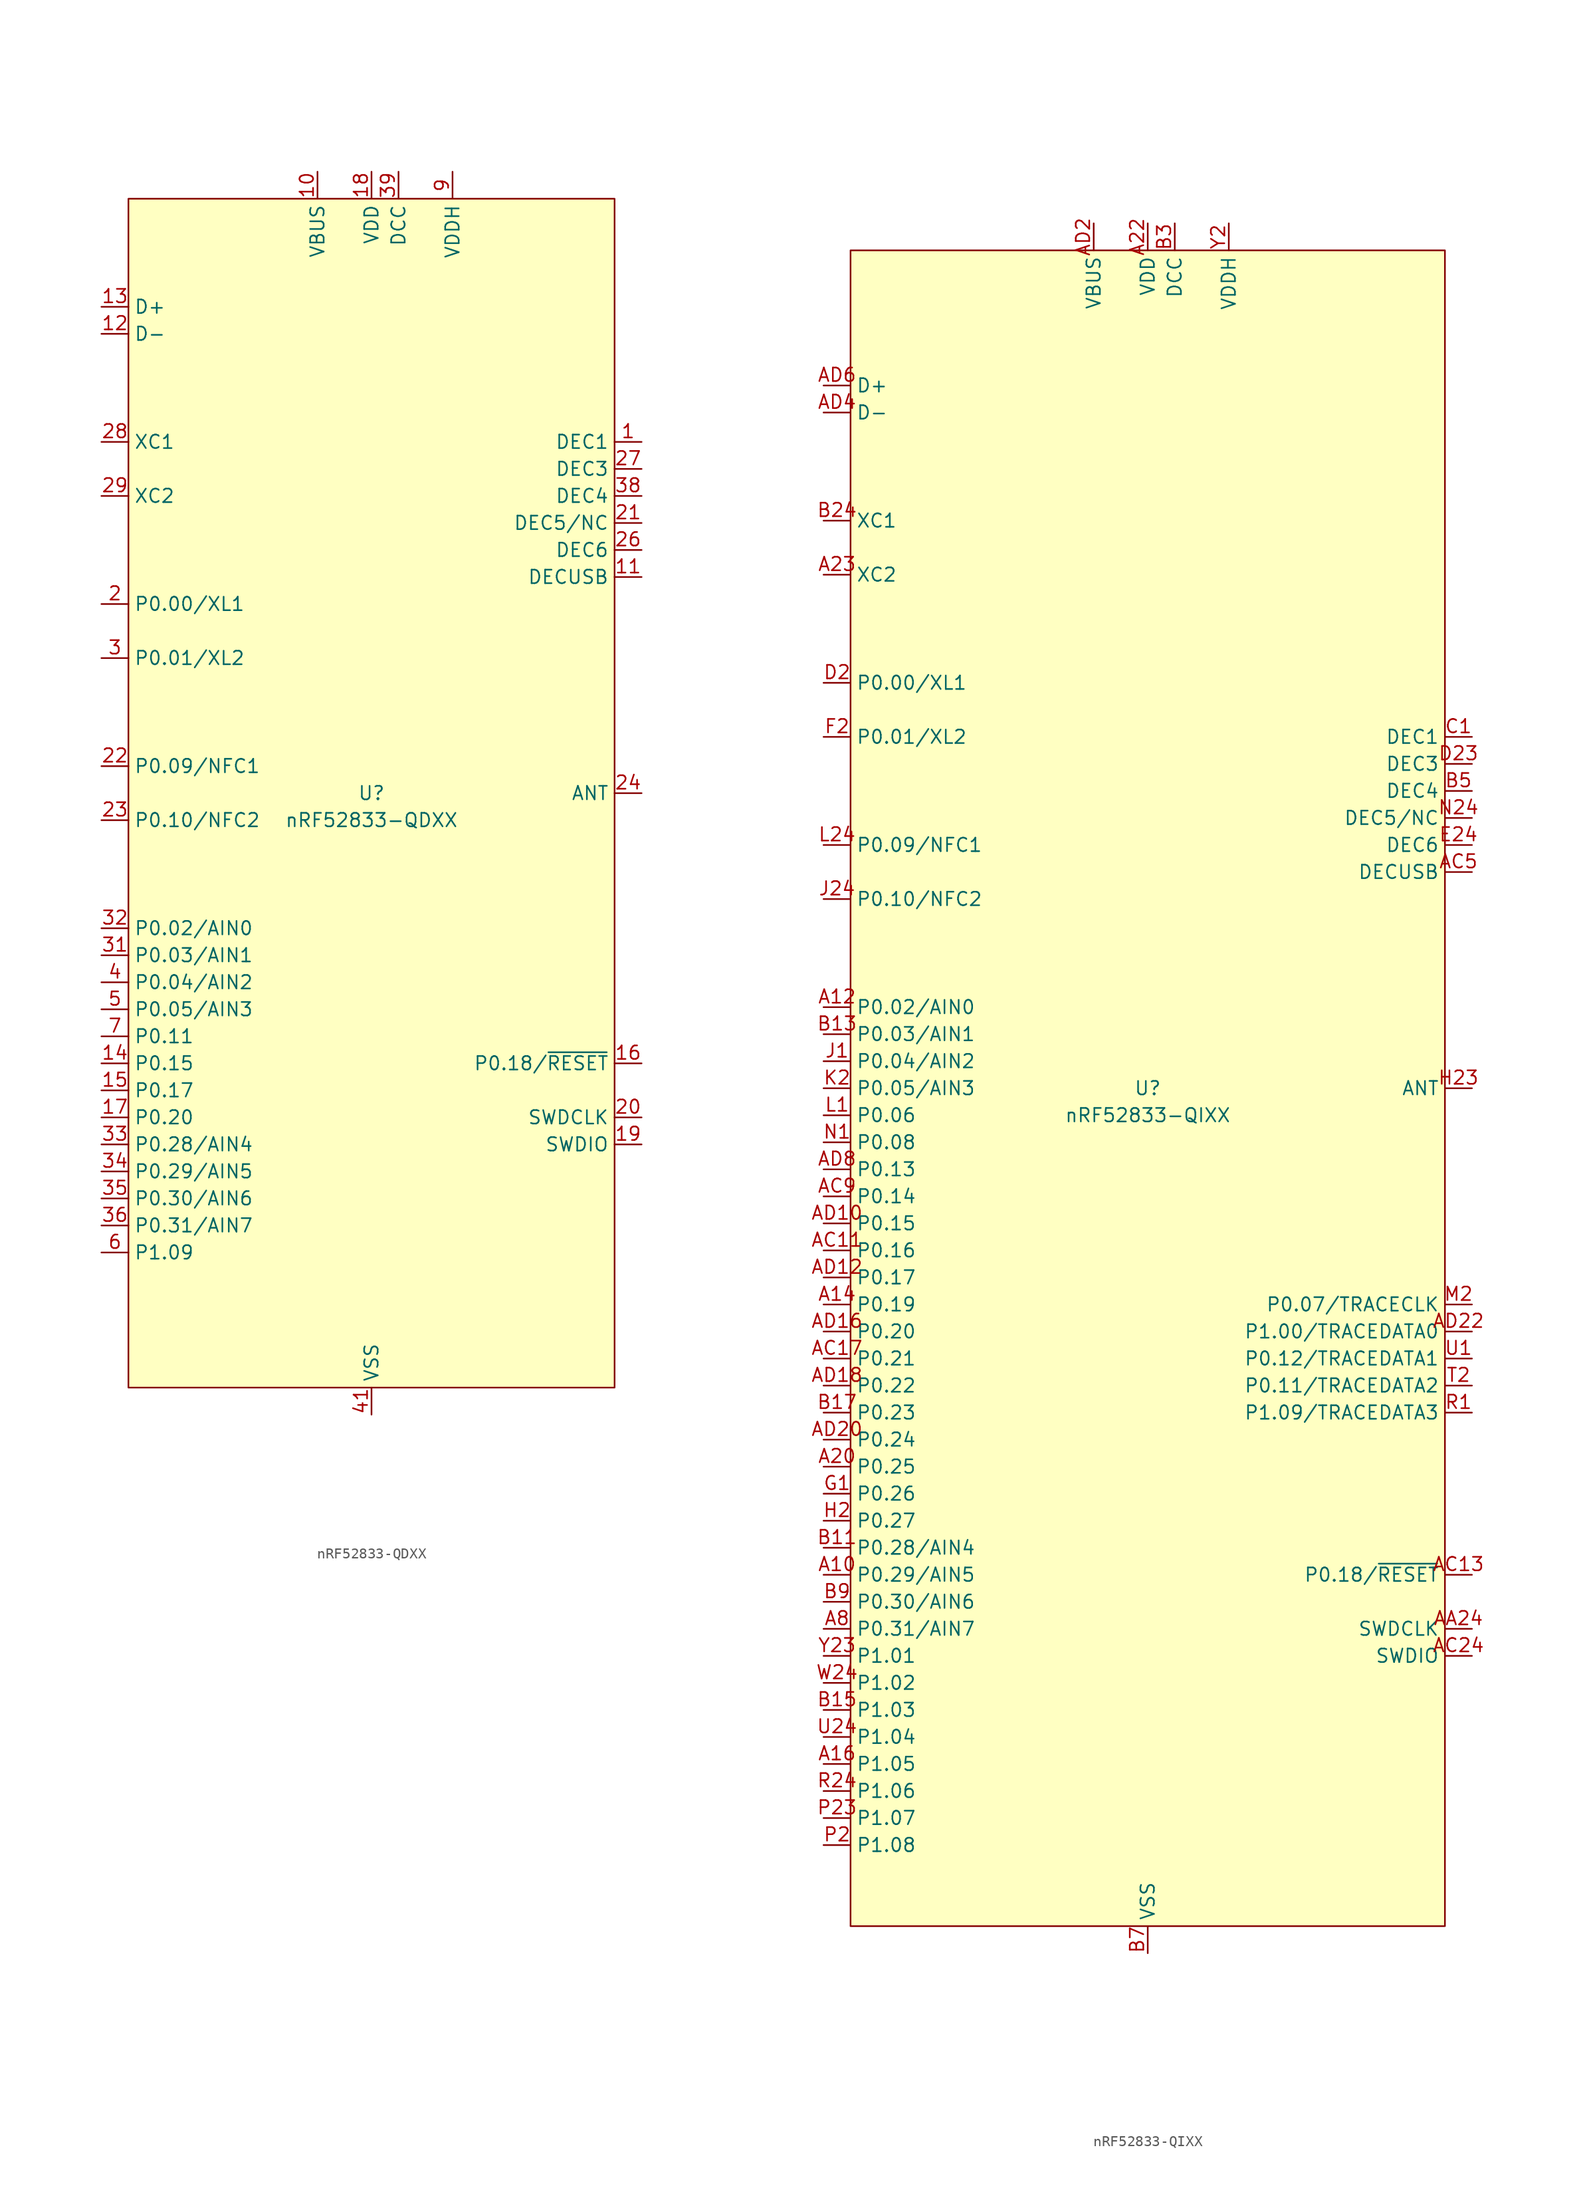
<source format=kicad_sym>
(kicad_symbol_lib
  (version 20241209)
  (generator "kicad_symbol_editor")
  (generator_version "9.0")
  (symbol "nRF52833-QDXX"
    (property "Reference" "U"
      (at 0 0 0)
      (do_not_autoplace)
      (effects (font (size 1.27 1.27))))
    (property "Value" "nRF52833-QDXX"
      (at 0 -2.54 0)
      (do_not_autoplace)
      (effects (font (size 1.27 1.27))))
    (symbol "nRF52833-QDXX_0_0"
      (pin unspecified line (at -25.4 45.72 0) (length 2.54) (name "D+" (effects (font (size 1.27 1.27)))) (number "13" (effects (font (size 1.27 1.27)))))
      (pin unspecified line (at -25.4 43.18 0) (length 2.54) (name "D-" (effects (font (size 1.27 1.27)))) (number "12" (effects (font (size 1.27 1.27)))))
      (pin unspecified line (at -25.4 33.02 0) (length 2.54) (name "XC1" (effects (font (size 1.27 1.27)))) (number "28" (effects (font (size 1.27 1.27)))))
      (pin unspecified line (at -25.4 27.94 0) (length 2.54) (name "XC2" (effects (font (size 1.27 1.27)))) (number "29" (effects (font (size 1.27 1.27)))))
      (pin unspecified line (at -25.4 17.78 0) (length 2.54) (name "P0.00/XL1" (effects (font (size 1.27 1.27)))) (number "2" (effects (font (size 1.27 1.27)))))
      (pin unspecified line (at -25.4 12.7 0) (length 2.54) (name "P0.01/XL2" (effects (font (size 1.27 1.27)))) (number "3" (effects (font (size 1.27 1.27)))))
      (pin unspecified line (at -25.4 2.54 0) (length 2.54) (name "P0.09/NFC1" (effects (font (size 1.27 1.27)))) (number "22" (effects (font (size 1.27 1.27)))))
      (pin unspecified line (at -25.4 -2.54 0) (length 2.54) (name "P0.10/NFC2" (effects (font (size 1.27 1.27)))) (number "23" (effects (font (size 1.27 1.27)))))
      (pin unspecified line (at -25.4 -12.7 0) (length 2.54) (name "P0.02/AIN0" (effects (font (size 1.27 1.27)))) (number "32" (effects (font (size 1.27 1.27)))))
      (pin unspecified line (at -25.4 -15.24 0) (length 2.54) (name "P0.03/AIN1" (effects (font (size 1.27 1.27)))) (number "31" (effects (font (size 1.27 1.27)))))
      (pin unspecified line (at -25.4 -17.78 0) (length 2.54) (name "P0.04/AIN2" (effects (font (size 1.27 1.27)))) (number "4" (effects (font (size 1.27 1.27)))))
      (pin unspecified line (at -25.4 -20.32 0) (length 2.54) (name "P0.05/AIN3" (effects (font (size 1.27 1.27)))) (number "5" (effects (font (size 1.27 1.27)))))
      (pin unspecified line (at -25.4 -22.86 0) (length 2.54) (name "P0.11" (effects (font (size 1.27 1.27)))) (number "7" (effects (font (size 1.27 1.27)))))
      (pin unspecified line (at -25.4 -25.4 0) (length 2.54) (name "P0.15" (effects (font (size 1.27 1.27)))) (number "14" (effects (font (size 1.27 1.27)))))
      (pin unspecified line (at -25.4 -27.94 0) (length 2.54) (name "P0.17" (effects (font (size 1.27 1.27)))) (number "15" (effects (font (size 1.27 1.27)))))
      (pin unspecified line (at -25.4 -30.48 0) (length 2.54) (name "P0.20" (effects (font (size 1.27 1.27)))) (number "17" (effects (font (size 1.27 1.27)))))
      (pin unspecified line (at -25.4 -33.02 0) (length 2.54) (name "P0.28/AIN4" (effects (font (size 1.27 1.27)))) (number "33" (effects (font (size 1.27 1.27)))))
      (pin unspecified line (at -25.4 -35.56 0) (length 2.54) (name "P0.29/AIN5" (effects (font (size 1.27 1.27)))) (number "34" (effects (font (size 1.27 1.27)))))
      (pin unspecified line (at -25.4 -38.1 0) (length 2.54) (name "P0.30/AIN6" (effects (font (size 1.27 1.27)))) (number "35" (effects (font (size 1.27 1.27)))))
      (pin unspecified line (at -25.4 -40.64 0) (length 2.54) (name "P0.31/AIN7" (effects (font (size 1.27 1.27)))) (number "36" (effects (font (size 1.27 1.27)))))
      (pin unspecified line (at -25.4 -43.18 0) (length 2.54) (name "P1.09" (effects (font (size 1.27 1.27)))) (number "6" (effects (font (size 1.27 1.27)))))
      (pin unspecified line (at -5.08 58.42 270) (length 2.54) (name "VBUS" (effects (font (size 1.27 1.27)))) (number "10" (effects (font (size 1.27 1.27)))))
      (pin unspecified line (at 0 58.42 270) (length 2.54) (name "VDD" (effects (font (size 1.27 1.27)))) (number "18" (effects (font (size 1.27 1.27)))))
      (pin unspecified line (at 2.54 58.42 270) (length 2.54) (name "DCC" (effects (font (size 1.27 1.27)))) (number "39" (effects (font (size 1.27 1.27)))))
      (pin unspecified line (at 7.62 58.42 270) (length 2.54) (name "VDDH" (effects (font (size 1.27 1.27)))) (number "9" (effects (font (size 1.27 1.27)))))
      (pin unspecified line (at 25.4 20.32 180) (length 2.54) (name "DECUSB" (effects (font (size 1.27 1.27)))) (number "11" (effects (font (size 1.27 1.27)))))
      (pin unspecified line (at 25.4 0 180) (length 2.54) (name "ANT" (effects (font (size 1.27 1.27)))) (number "24" (effects (font (size 1.27 1.27)))))
      (pin unspecified line (at 25.4 -30.48 180) (length 2.54) (name "SWDCLK" (effects (font (size 1.27 1.27)))) (number "20" (effects (font (size 1.27 1.27)))))
      (pin unspecified line (at 25.4 -33.02 180) (length 2.54) (name "SWDIO" (effects (font (size 1.27 1.27)))) (number "19" (effects (font (size 1.27 1.27))))))
    (symbol "nRF52833-QDXX_1_0"
      (pin unspecified line (at 0 58.42 270) (length 2.54) (hide yes) (name "VDD" (effects (font (size 1.27 1.27)))) (number "30" (effects (font (size 1.27 1.27)))))
      (pin unspecified line (at 0 58.42 270) (length 2.54) (hide yes) (name "VDD" (effects (font (size 1.27 1.27)))) (number "40" (effects (font (size 1.27 1.27)))))
      (pin unspecified line (at 0 58.42 270) (length 2.54) (hide yes) (name "VDD" (effects (font (size 1.27 1.27)))) (number "8" (effects (font (size 1.27 1.27)))))
      (pin unspecified line (at 0 -58.42 90) (length 2.54) (hide yes) (name "VSS_PA" (effects (font (size 1.27 1.27)))) (number "25" (effects (font (size 1.27 1.27)))))
      (pin unspecified line (at 0 -58.42 90) (length 2.54) (hide yes) (name "VSS" (effects (font (size 1.27 1.27)))) (number "37" (effects (font (size 1.27 1.27)))))
      (pin passive line (at 0 -58.42 90) (length 2.54) (name "VSS" (effects (font (size 1.27 1.27)))) (number "41" (effects (font (size 1.27 1.27)))))
      (pin unspecified line (at 25.4 33.02 180) (length 2.54) (name "DEC1" (effects (font (size 1.27 1.27)))) (number "1" (effects (font (size 1.27 1.27)))))
      (pin unspecified line (at 25.4 30.48 180) (length 2.54) (name "DEC3" (effects (font (size 1.27 1.27)))) (number "27" (effects (font (size 1.27 1.27)))))
      (pin unspecified line (at 25.4 27.94 180) (length 2.54) (name "DEC4" (effects (font (size 1.27 1.27)))) (number "38" (effects (font (size 1.27 1.27)))))
      (pin unspecified line (at 25.4 25.4 180) (length 2.54) (name "DEC5/NC" (effects (font (size 1.27 1.27)))) (number "21" (effects (font (size 1.27 1.27)))))
      (pin unspecified line (at 25.4 22.86 180) (length 2.54) (name "DEC6" (effects (font (size 1.27 1.27)))) (number "26" (effects (font (size 1.27 1.27)))))
      (pin unspecified line (at 25.4 -25.4 180) (length 2.54) (name "P0.18/~{RESET}" (effects (font (size 1.27 1.27)))) (number "16" (effects (font (size 1.27 1.27))))))
    (symbol "nRF52833-QDXX_1_1"
      (rectangle (start -22.86 55.88) (end 22.86 -55.88) (stroke (width 0) (type default)) (fill (type background)))))
  (symbol "nRF52833-QIXX"
    (property "Reference" "U"
      (at 0 0 0)
      (do_not_autoplace)
      (effects (font (size 1.27 1.27))))
    (property "Value" "nRF52833-QIXX"
      (at 0 -2.54 0)
      (do_not_autoplace)
      (effects (font (size 1.27 1.27))))
    (symbol "nRF52833-QIXX_0_0"
      (pin unspecified line (at -30.48 66.04 0) (length 2.54) (name "D+" (effects (font (size 1.27 1.27)))) (number "AD6" (effects (font (size 1.27 1.27)))))
      (pin unspecified line (at -30.48 63.5 0) (length 2.54) (name "D-" (effects (font (size 1.27 1.27)))) (number "AD4" (effects (font (size 1.27 1.27)))))
      (pin unspecified line (at -30.48 53.34 0) (length 2.54) (name "XC1" (effects (font (size 1.27 1.27)))) (number "B24" (effects (font (size 1.27 1.27)))))
      (pin unspecified line (at -30.48 48.26 0) (length 2.54) (name "XC2" (effects (font (size 1.27 1.27)))) (number "A23" (effects (font (size 1.27 1.27)))))
      (pin unspecified line (at -30.48 38.1 0) (length 2.54) (name "P0.00/XL1" (effects (font (size 1.27 1.27)))) (number "D2" (effects (font (size 1.27 1.27)))))
      (pin unspecified line (at -30.48 33.02 0) (length 2.54) (name "P0.01/XL2" (effects (font (size 1.27 1.27)))) (number "F2" (effects (font (size 1.27 1.27)))))
      (pin unspecified line (at -30.48 22.86 0) (length 2.54) (name "P0.09/NFC1" (effects (font (size 1.27 1.27)))) (number "L24" (effects (font (size 1.27 1.27)))))
      (pin unspecified line (at -30.48 17.78 0) (length 2.54) (name "P0.10/NFC2" (effects (font (size 1.27 1.27)))) (number "J24" (effects (font (size 1.27 1.27)))))
      (pin unspecified line (at -30.48 7.62 0) (length 2.54) (name "P0.02/AIN0" (effects (font (size 1.27 1.27)))) (number "A12" (effects (font (size 1.27 1.27)))))
      (pin unspecified line (at -30.48 5.08 0) (length 2.54) (name "P0.03/AIN1" (effects (font (size 1.27 1.27)))) (number "B13" (effects (font (size 1.27 1.27)))))
      (pin unspecified line (at -30.48 2.54 0) (length 2.54) (name "P0.04/AIN2" (effects (font (size 1.27 1.27)))) (number "J1" (effects (font (size 1.27 1.27)))))
      (pin unspecified line (at -30.48 0 0) (length 2.54) (name "P0.05/AIN3" (effects (font (size 1.27 1.27)))) (number "K2" (effects (font (size 1.27 1.27)))))
      (pin unspecified line (at -30.48 -2.54 0) (length 2.54) (name "P0.06" (effects (font (size 1.27 1.27)))) (number "L1" (effects (font (size 1.27 1.27)))))
      (pin unspecified line (at -30.48 -5.08 0) (length 2.54) (name "P0.08" (effects (font (size 1.27 1.27)))) (number "N1" (effects (font (size 1.27 1.27)))))
      (pin unspecified line (at -30.48 -7.62 0) (length 2.54) (name "P0.13" (effects (font (size 1.27 1.27)))) (number "AD8" (effects (font (size 1.27 1.27)))))
      (pin unspecified line (at -30.48 -10.16 0) (length 2.54) (name "P0.14" (effects (font (size 1.27 1.27)))) (number "AC9" (effects (font (size 1.27 1.27)))))
      (pin unspecified line (at -30.48 -12.7 0) (length 2.54) (name "P0.15" (effects (font (size 1.27 1.27)))) (number "AD10" (effects (font (size 1.27 1.27)))))
      (pin unspecified line (at -30.48 -15.24 0) (length 2.54) (name "P0.16" (effects (font (size 1.27 1.27)))) (number "AC11" (effects (font (size 1.27 1.27)))))
      (pin unspecified line (at -30.48 -17.78 0) (length 2.54) (name "P0.17" (effects (font (size 1.27 1.27)))) (number "AD12" (effects (font (size 1.27 1.27)))))
      (pin unspecified line (at -30.48 -20.32 0) (length 2.54) (name "P0.19" (effects (font (size 1.27 1.27)))) (number "A14" (effects (font (size 1.27 1.27)))))
      (pin unspecified line (at -30.48 -22.86 0) (length 2.54) (name "P0.20" (effects (font (size 1.27 1.27)))) (number "AD16" (effects (font (size 1.27 1.27)))))
      (pin unspecified line (at -30.48 -25.4 0) (length 2.54) (name "P0.21" (effects (font (size 1.27 1.27)))) (number "AC17" (effects (font (size 1.27 1.27)))))
      (pin unspecified line (at -30.48 -27.94 0) (length 2.54) (name "P0.22" (effects (font (size 1.27 1.27)))) (number "AD18" (effects (font (size 1.27 1.27)))))
      (pin unspecified line (at -30.48 -30.48 0) (length 2.54) (name "P0.23" (effects (font (size 1.27 1.27)))) (number "B17" (effects (font (size 1.27 1.27)))))
      (pin unspecified line (at -30.48 -33.02 0) (length 2.54) (name "P0.24" (effects (font (size 1.27 1.27)))) (number "AD20" (effects (font (size 1.27 1.27)))))
      (pin unspecified line (at -30.48 -35.56 0) (length 2.54) (name "P0.25" (effects (font (size 1.27 1.27)))) (number "A20" (effects (font (size 1.27 1.27)))))
      (pin unspecified line (at -30.48 -38.1 0) (length 2.54) (name "P0.26" (effects (font (size 1.27 1.27)))) (number "G1" (effects (font (size 1.27 1.27)))))
      (pin unspecified line (at -30.48 -40.64 0) (length 2.54) (name "P0.27" (effects (font (size 1.27 1.27)))) (number "H2" (effects (font (size 1.27 1.27)))))
      (pin unspecified line (at -30.48 -43.18 0) (length 2.54) (name "P0.28/AIN4" (effects (font (size 1.27 1.27)))) (number "B11" (effects (font (size 1.27 1.27)))))
      (pin unspecified line (at -30.48 -45.72 0) (length 2.54) (name "P0.29/AIN5" (effects (font (size 1.27 1.27)))) (number "A10" (effects (font (size 1.27 1.27)))))
      (pin unspecified line (at -30.48 -48.26 0) (length 2.54) (name "P0.30/AIN6" (effects (font (size 1.27 1.27)))) (number "B9" (effects (font (size 1.27 1.27)))))
      (pin unspecified line (at -30.48 -50.8 0) (length 2.54) (name "P0.31/AIN7" (effects (font (size 1.27 1.27)))) (number "A8" (effects (font (size 1.27 1.27)))))
      (pin unspecified line (at -30.48 -53.34 0) (length 2.54) (name "P1.01" (effects (font (size 1.27 1.27)))) (number "Y23" (effects (font (size 1.27 1.27)))))
      (pin unspecified line (at -30.48 -55.88 0) (length 2.54) (name "P1.02" (effects (font (size 1.27 1.27)))) (number "W24" (effects (font (size 1.27 1.27)))))
      (pin unspecified line (at -30.48 -58.42 0) (length 2.54) (name "P1.03" (effects (font (size 1.27 1.27)))) (number "B15" (effects (font (size 1.27 1.27)))))
      (pin unspecified line (at -30.48 -60.96 0) (length 2.54) (name "P1.04" (effects (font (size 1.27 1.27)))) (number "U24" (effects (font (size 1.27 1.27)))))
      (pin unspecified line (at -30.48 -63.5 0) (length 2.54) (name "P1.05" (effects (font (size 1.27 1.27)))) (number "A16" (effects (font (size 1.27 1.27)))))
      (pin unspecified line (at -30.48 -66.04 0) (length 2.54) (name "P1.06" (effects (font (size 1.27 1.27)))) (number "R24" (effects (font (size 1.27 1.27)))))
      (pin unspecified line (at -30.48 -68.58 0) (length 2.54) (name "P1.07" (effects (font (size 1.27 1.27)))) (number "P23" (effects (font (size 1.27 1.27)))))
      (pin unspecified line (at -30.48 -71.12 0) (length 2.54) (name "P1.08" (effects (font (size 1.27 1.27)))) (number "P2" (effects (font (size 1.27 1.27)))))
      (pin unspecified line (at -5.08 81.28 270) (length 2.54) (name "VBUS" (effects (font (size 1.27 1.27)))) (number "AD2" (effects (font (size 1.27 1.27)))))
      (pin unspecified line (at 0 81.28 270) (length 2.54) (name "VDD" (effects (font (size 1.27 1.27)))) (number "A22" (effects (font (size 1.27 1.27)))))
      (pin unspecified line (at 0 -81.28 90) (length 2.54) (name "VSS" (effects (font (size 1.27 1.27)))) (number "B7" (effects (font (size 1.27 1.27)))))
      (pin unspecified line (at 2.54 81.28 270) (length 2.54) (name "DCC" (effects (font (size 1.27 1.27)))) (number "B3" (effects (font (size 1.27 1.27)))))
      (pin unspecified line (at 7.62 81.28 270) (length 2.54) (name "VDDH" (effects (font (size 1.27 1.27)))) (number "Y2" (effects (font (size 1.27 1.27)))))
      (pin unspecified line (at 30.48 20.32 180) (length 2.54) (name "DECUSB" (effects (font (size 1.27 1.27)))) (number "AC5" (effects (font (size 1.27 1.27)))))
      (pin unspecified line (at 30.48 0 180) (length 2.54) (name "ANT" (effects (font (size 1.27 1.27)))) (number "H23" (effects (font (size 1.27 1.27)))))
      (pin unspecified line (at 30.48 -20.32 180) (length 2.54) (name "P0.07/TRACECLK" (effects (font (size 1.27 1.27)))) (number "M2" (effects (font (size 1.27 1.27)))))
      (pin unspecified line (at 30.48 -22.86 180) (length 2.54) (name "P1.00/TRACEDATA0" (effects (font (size 1.27 1.27)))) (number "AD22" (effects (font (size 1.27 1.27)))))
      (pin unspecified line (at 30.48 -25.4 180) (length 2.54) (name "P0.12/TRACEDATA1" (effects (font (size 1.27 1.27)))) (number "U1" (effects (font (size 1.27 1.27)))))
      (pin unspecified line (at 30.48 -27.94 180) (length 2.54) (name "P0.11/TRACEDATA2" (effects (font (size 1.27 1.27)))) (number "T2" (effects (font (size 1.27 1.27)))))
      (pin unspecified line (at 30.48 -30.48 180) (length 2.54) (name "P1.09/TRACEDATA3" (effects (font (size 1.27 1.27)))) (number "R1" (effects (font (size 1.27 1.27)))))
      (pin unspecified line (at 30.48 -50.8 180) (length 2.54) (name "SWDCLK" (effects (font (size 1.27 1.27)))) (number "AA24" (effects (font (size 1.27 1.27)))))
      (pin unspecified line (at 30.48 -53.34 180) (length 2.54) (name "SWDIO" (effects (font (size 1.27 1.27)))) (number "AC24" (effects (font (size 1.27 1.27))))))
    (symbol "nRF52833-QIXX_1_0"
      (pin unspecified line (at 0 81.28 270) (length 2.54) (hide yes) (name "VDD" (effects (font (size 1.27 1.27)))) (number "AD14" (effects (font (size 1.27 1.27)))))
      (pin unspecified line (at 0 81.28 270) (length 2.54) (hide yes) (name "VDD" (effects (font (size 1.27 1.27)))) (number "AD23" (effects (font (size 1.27 1.27)))))
      (pin unspecified line (at 0 81.28 270) (length 2.54) (hide yes) (name "VDD" (effects (font (size 1.27 1.27)))) (number "B1" (effects (font (size 1.27 1.27)))))
      (pin unspecified line (at 0 81.28 270) (length 2.54) (hide yes) (name "VDD" (effects (font (size 1.27 1.27)))) (number "W1" (effects (font (size 1.27 1.27)))))
      (pin no_connect line (at 0 -12.7 0) (length 2.54) (hide yes) (name "N.C." (effects (font (size 1.27 1.27)))) (number "AB2" (effects (font (size 1.27 1.27)))))
      (pin no_connect line (at 0 -15.24 0) (length 2.54) (hide yes) (name "N.C." (effects (font (size 1.27 1.27)))) (number "B19" (effects (font (size 1.27 1.27)))))
      (pin no_connect line (at 0 -17.78 0) (length 2.54) (hide yes) (name "N.C." (effects (font (size 1.27 1.27)))) (number "A18" (effects (font (size 1.27 1.27)))))
      (pin no_connect line (at 0 -20.32 0) (length 2.54) (hide yes) (name "N.C." (effects (font (size 1.27 1.27)))) (number "AC19" (effects (font (size 1.27 1.27)))))
      (pin no_connect line (at 0 -22.86 0) (length 2.54) (hide yes) (name "N.C." (effects (font (size 1.27 1.27)))) (number "AC21" (effects (font (size 1.27 1.27)))))
      (pin no_connect line (at 0 -25.4 0) (length 2.54) (hide yes) (name "N.C." (effects (font (size 1.27 1.27)))) (number "AC15" (effects (font (size 1.27 1.27)))))
      (pin no_connect line (at 0 -27.94 0) (length 2.54) (hide yes) (name "N.C." (effects (font (size 1.27 1.27)))) (number "T23" (effects (font (size 1.27 1.27)))))
      (pin no_connect line (at 0 -30.48 0) (length 2.54) (hide yes) (name "N.C." (effects (font (size 1.27 1.27)))) (number "V23" (effects (font (size 1.27 1.27)))))
      (pin unspecified line (at 0 -81.28 90) (length 2.54) (hide yes) (name "VSS" (effects (font (size 1.27 1.27)))) (number "EP" (effects (font (size 1.27 1.27)))))
      (pin unspecified line (at 0 -81.28 90) (length 2.54) (hide yes) (name "VSS_PA" (effects (font (size 1.27 1.27)))) (number "F23" (effects (font (size 1.27 1.27)))))
      (pin unspecified line (at 30.48 33.02 180) (length 2.54) (name "DEC1" (effects (font (size 1.27 1.27)))) (number "C1" (effects (font (size 1.27 1.27)))))
      (pin unspecified line (at 30.48 30.48 180) (length 2.54) (name "DEC3" (effects (font (size 1.27 1.27)))) (number "D23" (effects (font (size 1.27 1.27)))))
      (pin unspecified line (at 30.48 27.94 180) (length 2.54) (name "DEC4" (effects (font (size 1.27 1.27)))) (number "B5" (effects (font (size 1.27 1.27)))))
      (pin passive line (at 30.48 25.4 180) (length 2.54) (name "DEC5/NC" (effects (font (size 1.27 1.27)))) (number "N24" (effects (font (size 1.27 1.27)))))
      (pin unspecified line (at 30.48 22.86 180) (length 2.54) (name "DEC6" (effects (font (size 1.27 1.27)))) (number "E24" (effects (font (size 1.27 1.27)))))
      (pin unspecified line (at 30.48 -45.72 180) (length 2.54) (name "P0.18/~{RESET}" (effects (font (size 1.27 1.27)))) (number "AC13" (effects (font (size 1.27 1.27))))))
    (symbol "nRF52833-QIXX_1_1"
      (rectangle (start -27.94 78.74) (end 27.94 -78.74) (stroke (width 0) (type default)) (fill (type background))))))
</source>
